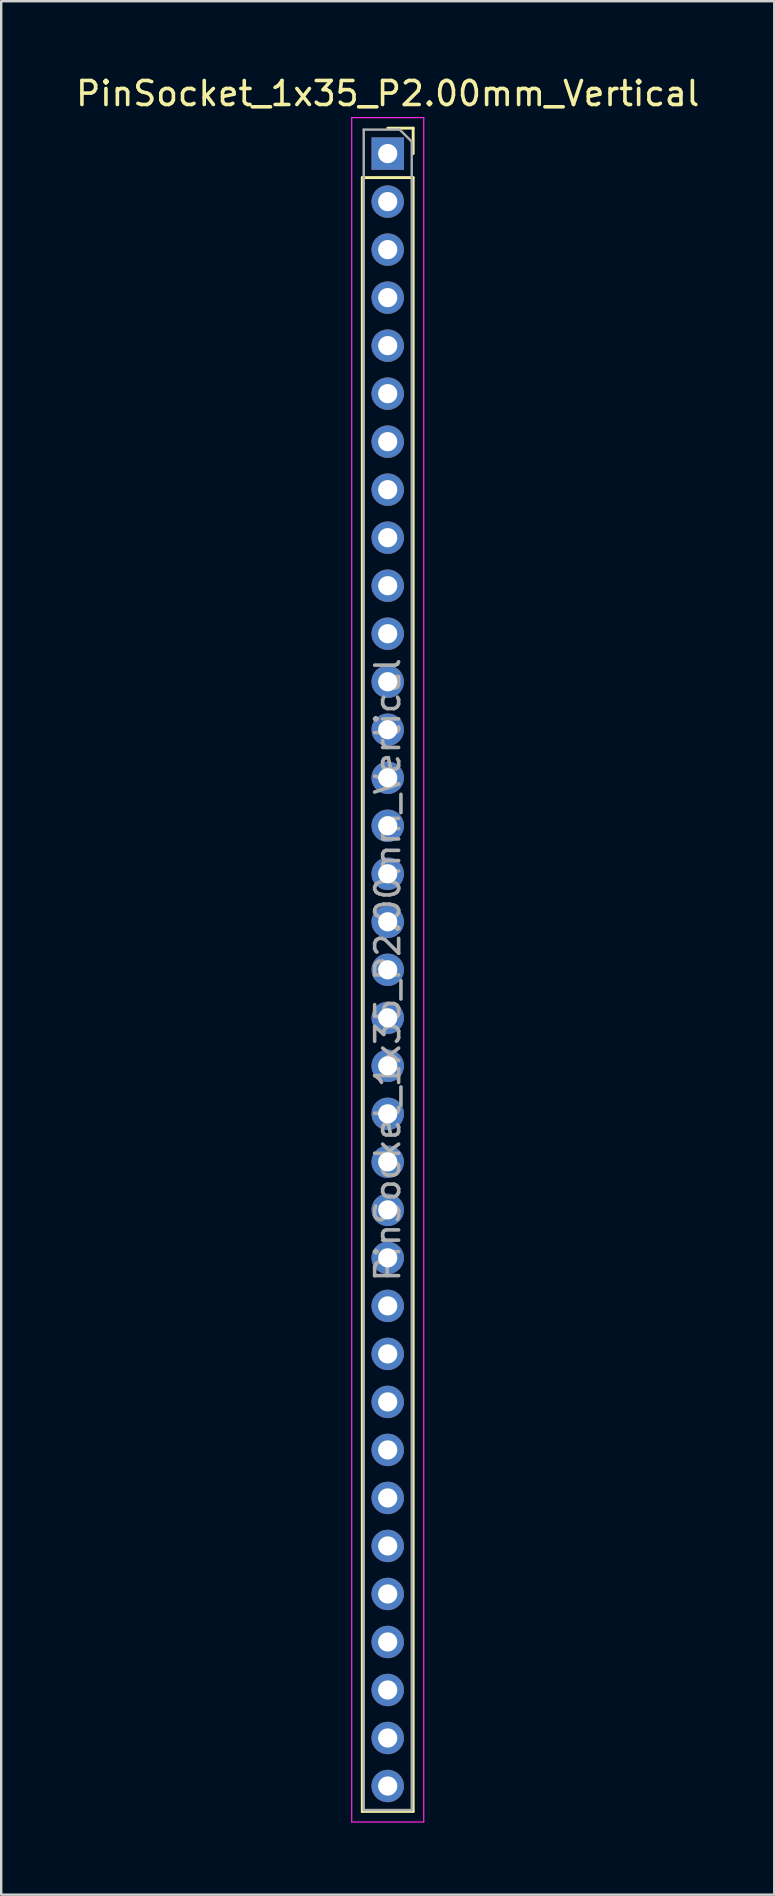
<source format=kicad_pcb>
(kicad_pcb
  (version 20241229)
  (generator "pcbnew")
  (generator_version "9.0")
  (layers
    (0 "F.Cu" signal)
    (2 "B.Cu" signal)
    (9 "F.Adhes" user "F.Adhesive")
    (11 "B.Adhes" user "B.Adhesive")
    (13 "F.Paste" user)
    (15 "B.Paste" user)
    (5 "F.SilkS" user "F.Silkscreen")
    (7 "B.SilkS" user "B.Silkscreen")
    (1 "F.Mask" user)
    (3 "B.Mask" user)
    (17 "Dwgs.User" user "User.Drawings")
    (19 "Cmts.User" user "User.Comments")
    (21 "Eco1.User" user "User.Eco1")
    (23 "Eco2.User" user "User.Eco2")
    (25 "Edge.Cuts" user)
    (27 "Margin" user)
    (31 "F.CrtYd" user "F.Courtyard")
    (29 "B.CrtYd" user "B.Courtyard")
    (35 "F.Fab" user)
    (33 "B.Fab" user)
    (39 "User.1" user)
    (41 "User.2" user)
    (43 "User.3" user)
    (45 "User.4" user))
  (footprint "PinSocket_1x35_P2.00mm_Vertical"
    (layer "F.Cu")
    (at 13.101 3.348)
    (property "Reference" "PinSocket_1x35_P2.00mm_Vertical" (at 0 -2.5 0) (layer "F.SilkS") (effects (font (size 1 1) (thickness 0.15))))
    (attr through_hole)
    (fp_line (start -1.06 1) (end -1.06 69.06) (stroke (width 0.12) (type solid)) (layer "F.SilkS"))
    (fp_line (start -1.06 1) (end 1.06 1) (stroke (width 0.12) (type solid)) (layer "F.SilkS"))
    (fp_line (start -1.06 69.06) (end 1.06 69.06) (stroke (width 0.12) (type solid)) (layer "F.SilkS"))
    (fp_line (start 0 -1.06) (end 1.06 -1.06) (stroke (width 0.12) (type solid)) (layer "F.SilkS"))
    (fp_line (start 1.06 -1.06) (end 1.06 0) (stroke (width 0.12) (type solid)) (layer "F.SilkS"))
    (fp_line (start 1.06 1) (end 1.06 69.06) (stroke (width 0.12) (type solid)) (layer "F.SilkS"))
    (fp_line (start -1.5 -1.5) (end 1.5 -1.5) (stroke (width 0.05) (type solid)) (layer "F.CrtYd"))
    (fp_line (start -1.5 69.5) (end -1.5 -1.5) (stroke (width 0.05) (type solid)) (layer "F.CrtYd"))
    (fp_line (start 1.5 -1.5) (end 1.5 69.5) (stroke (width 0.05) (type solid)) (layer "F.CrtYd"))
    (fp_line (start 1.5 69.5) (end -1.5 69.5) (stroke (width 0.05) (type solid)) (layer "F.CrtYd"))
    (fp_line (start -1 -1) (end 0.5 -1) (stroke (width 0.1) (type solid)) (layer "F.Fab"))
    (fp_line (start -1 69) (end -1 -1) (stroke (width 0.1) (type solid)) (layer "F.Fab"))
    (fp_line (start 0.5 -1) (end 1 -0.5) (stroke (width 0.1) (type solid)) (layer "F.Fab"))
    (fp_line (start 1 -0.5) (end 1 69) (stroke (width 0.1) (type solid)) (layer "F.Fab"))
    (fp_line (start 1 69) (end -1 69) (stroke (width 0.1) (type solid)) (layer "F.Fab"))
    (fp_text user "${REFERENCE}" (at 0 34 90) (layer "F.Fab") (effects (font (size 1 1) (thickness 0.15))))
    (pad "1" thru_hole rect (at 0 0) (size 1.35 1.35) (drill 0.8) (layers "*.Cu" "*.Mask"))
    (pad "2" thru_hole circle (at 0 2) (size 1.35 1.35) (drill 0.8) (layers "*.Cu" "*.Mask"))
    (pad "3" thru_hole circle (at 0 4) (size 1.35 1.35) (drill 0.8) (layers "*.Cu" "*.Mask"))
    (pad "4" thru_hole circle (at 0 6) (size 1.35 1.35) (drill 0.8) (layers "*.Cu" "*.Mask"))
    (pad "5" thru_hole circle (at 0 8) (size 1.35 1.35) (drill 0.8) (layers "*.Cu" "*.Mask"))
    (pad "6" thru_hole circle (at 0 10) (size 1.35 1.35) (drill 0.8) (layers "*.Cu" "*.Mask"))
    (pad "7" thru_hole circle (at 0 12) (size 1.35 1.35) (drill 0.8) (layers "*.Cu" "*.Mask"))
    (pad "8" thru_hole circle (at 0 14) (size 1.35 1.35) (drill 0.8) (layers "*.Cu" "*.Mask"))
    (pad "9" thru_hole circle (at 0 16) (size 1.35 1.35) (drill 0.8) (layers "*.Cu" "*.Mask"))
    (pad "10" thru_hole circle (at 0 18) (size 1.35 1.35) (drill 0.8) (layers "*.Cu" "*.Mask"))
    (pad "11" thru_hole circle (at 0 20) (size 1.35 1.35) (drill 0.8) (layers "*.Cu" "*.Mask"))
    (pad "12" thru_hole circle (at 0 22) (size 1.35 1.35) (drill 0.8) (layers "*.Cu" "*.Mask"))
    (pad "13" thru_hole circle (at 0 24) (size 1.35 1.35) (drill 0.8) (layers "*.Cu" "*.Mask"))
    (pad "14" thru_hole circle (at 0 26) (size 1.35 1.35) (drill 0.8) (layers "*.Cu" "*.Mask"))
    (pad "15" thru_hole circle (at 0 28) (size 1.35 1.35) (drill 0.8) (layers "*.Cu" "*.Mask"))
    (pad "16" thru_hole circle (at 0 30) (size 1.35 1.35) (drill 0.8) (layers "*.Cu" "*.Mask"))
    (pad "17" thru_hole circle (at 0 32) (size 1.35 1.35) (drill 0.8) (layers "*.Cu" "*.Mask"))
    (pad "18" thru_hole circle (at 0 34) (size 1.35 1.35) (drill 0.8) (layers "*.Cu" "*.Mask"))
    (pad "19" thru_hole circle (at 0 36) (size 1.35 1.35) (drill 0.8) (layers "*.Cu" "*.Mask"))
    (pad "20" thru_hole circle (at 0 38) (size 1.35 1.35) (drill 0.8) (layers "*.Cu" "*.Mask"))
    (pad "21" thru_hole circle (at 0 40) (size 1.35 1.35) (drill 0.8) (layers "*.Cu" "*.Mask"))
    (pad "22" thru_hole circle (at 0 42) (size 1.35 1.35) (drill 0.8) (layers "*.Cu" "*.Mask"))
    (pad "23" thru_hole circle (at 0 44) (size 1.35 1.35) (drill 0.8) (layers "*.Cu" "*.Mask"))
    (pad "24" thru_hole circle (at 0 46) (size 1.35 1.35) (drill 0.8) (layers "*.Cu" "*.Mask"))
    (pad "25" thru_hole circle (at 0 48) (size 1.35 1.35) (drill 0.8) (layers "*.Cu" "*.Mask"))
    (pad "26" thru_hole circle (at 0 50) (size 1.35 1.35) (drill 0.8) (layers "*.Cu" "*.Mask"))
    (pad "27" thru_hole circle (at 0 52) (size 1.35 1.35) (drill 0.8) (layers "*.Cu" "*.Mask"))
    (pad "28" thru_hole circle (at 0 54) (size 1.35 1.35) (drill 0.8) (layers "*.Cu" "*.Mask"))
    (pad "29" thru_hole circle (at 0 56) (size 1.35 1.35) (drill 0.8) (layers "*.Cu" "*.Mask"))
    (pad "30" thru_hole circle (at 0 58) (size 1.35 1.35) (drill 0.8) (layers "*.Cu" "*.Mask"))
    (pad "31" thru_hole circle (at 0 60) (size 1.35 1.35) (drill 0.8) (layers "*.Cu" "*.Mask"))
    (pad "32" thru_hole circle (at 0 62) (size 1.35 1.35) (drill 0.8) (layers "*.Cu" "*.Mask"))
    (pad "33" thru_hole circle (at 0 64) (size 1.35 1.35) (drill 0.8) (layers "*.Cu" "*.Mask"))
    (pad "34" thru_hole circle (at 0 66) (size 1.35 1.35) (drill 0.8) (layers "*.Cu" "*.Mask"))
    (pad "35" thru_hole circle (at 0 68) (size 1.35 1.35) (drill 0.8) (layers "*.Cu" "*.Mask")))
  (gr_rect
    (start -3 -3)
    (end 29.202 75.873)
    (stroke (width 0.1) (type default))
    (fill no)
    (layer "Edge.Cuts")))
</source>
